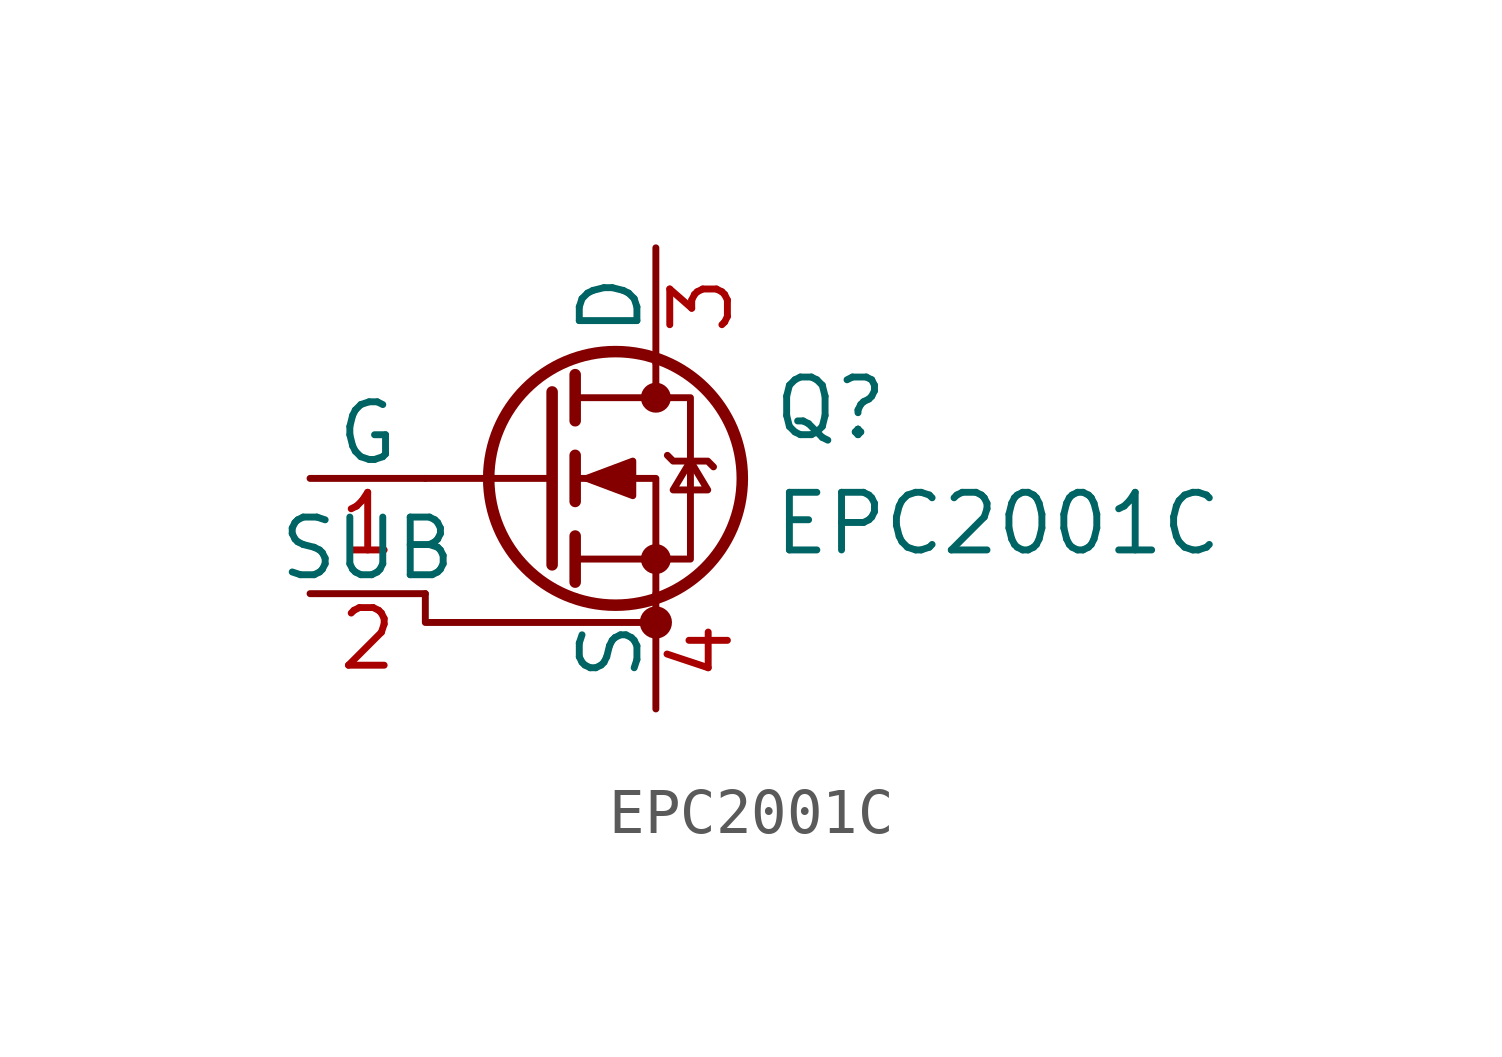
<source format=kicad_sym>
(kicad_symbol_lib
  (version 20231120)
  (generator "kicad_symbol_editor")
  (generator_version "8.0")
  (symbol "EPC2001C"
    (pin_names
      (offset 0))
    (property "Reference" "Q"
      (at 10.16 -4.064 0)
      (effects (font (size 1.27 1.27)) (justify left top)))
    (property "Value" "EPC2001C"
      (at 10.16 -6.604 0)
      (effects (font (size 1.27 1.27)) (justify left top)))
    (symbol "EPC2001C_0_1"
      (polyline (pts (xy 5.334 -6.35) (xy 2.54 -6.35)) (stroke (width 0) (type default)) (fill (type none)))
      (polyline (pts (xy 5.334 -4.445) (xy 5.334 -8.255)) (stroke (width 0.254) (type default)) (fill (type none)))
      (polyline (pts (xy 5.842 -7.62) (xy 5.842 -8.636)) (stroke (width 0.254) (type default)) (fill (type none)))
      (polyline (pts (xy 5.842 -5.842) (xy 5.842 -6.858)) (stroke (width 0.254) (type default)) (fill (type none)))
      (polyline (pts (xy 5.842 -4.064) (xy 5.842 -5.08)) (stroke (width 0.254) (type default)) (fill (type none)))
      (polyline (pts (xy 7.62 -3.81) (xy 7.62 -4.572)) (stroke (width 0) (type default)) (fill (type none)))
      (polyline (pts (xy 2.54 -8.89) (xy 2.54 -9.525) (xy 7.62 -9.525)) (stroke (width 0) (type default)) (fill (type none)))
      (polyline (pts (xy 7.62 -8.89) (xy 7.62 -6.35) (xy 5.842 -6.35)) (stroke (width 0) (type default)) (fill (type none)))
      (polyline (pts (xy 5.842 -8.128) (xy 8.382 -8.128) (xy 8.382 -4.572) (xy 5.842 -4.572)) (stroke (width 0) (type default)) (fill (type none)))
      (polyline (pts (xy 6.096 -6.35) (xy 7.112 -5.969) (xy 7.112 -6.731) (xy 6.096 -6.35)) (stroke (width 0) (type default)) (fill (type outline)))
      (polyline (pts (xy 7.874 -5.842) (xy 8.001 -5.969) (xy 8.763 -5.969) (xy 8.89 -6.096)) (stroke (width 0) (type default)) (fill (type none)))
      (polyline (pts (xy 8.382 -5.969) (xy 8.001 -6.604) (xy 8.763 -6.604) (xy 8.382 -5.969)) (stroke (width 0) (type default)) (fill (type none)))
      (circle (center 6.731 -6.35) (radius 2.794) (stroke (width 0.254) (type default)) (fill (type none)))
      (circle (center 7.62 -9.525) (radius 0.279) (stroke (width 0) (type default)) (fill (type outline)))
      (circle (center 7.62 -8.128) (radius 0.254) (stroke (width 0) (type default)) (fill (type outline)))
      (circle (center 7.62 -4.572) (radius 0.254) (stroke (width 0) (type default)) (fill (type outline))))
    (symbol "EPC2001C_1_1"
      (pin input line (at 0 -6.35 0) (length 2.54) (name "G" (effects (font (size 1.27 1.27)))) (number "1" (effects (font (size 1.27 1.27)))))
      (pin passive line (at 7.62 -11.43 90) (length 2.54) hide (name "S" (effects (font (size 1.27 1.27)))) (number "10" (effects (font (size 1.27 1.27)))))
      (pin passive line (at 7.62 -1.27 270) (length 2.54) hide (name "D" (effects (font (size 1.27 1.27)))) (number "11" (effects (font (size 1.27 1.27)))))
      (pin passive line (at 0 -8.89 0) (length 2.54) (name "SUB" (effects (font (size 1.27 1.27)))) (number "2" (effects (font (size 1.27 1.27)))))
      (pin passive line (at 7.62 -1.27 270) (length 2.54) (name "D" (effects (font (size 1.27 1.27)))) (number "3" (effects (font (size 1.27 1.27)))))
      (pin passive line (at 7.62 -11.43 90) (length 2.54) (name "S" (effects (font (size 1.27 1.27)))) (number "4" (effects (font (size 1.27 1.27)))))
      (pin passive line (at 7.62 -1.27 270) (length 2.54) hide (name "D" (effects (font (size 1.27 1.27)))) (number "5" (effects (font (size 1.27 1.27)))))
      (pin passive line (at 7.62 -11.43 90) (length 2.54) hide (name "S" (effects (font (size 1.27 1.27)))) (number "6" (effects (font (size 1.27 1.27)))))
      (pin passive line (at 7.62 -1.27 270) (length 2.54) hide (name "D" (effects (font (size 1.27 1.27)))) (number "7" (effects (font (size 1.27 1.27)))))
      (pin passive line (at 7.62 -11.43 90) (length 2.54) hide (name "S" (effects (font (size 1.27 1.27)))) (number "8" (effects (font (size 1.27 1.27)))))
      (pin passive line (at 7.62 -1.27 270) (length 2.54) hide (name "D" (effects (font (size 1.27 1.27)))) (number "9" (effects (font (size 1.27 1.27))))))))
</source>
